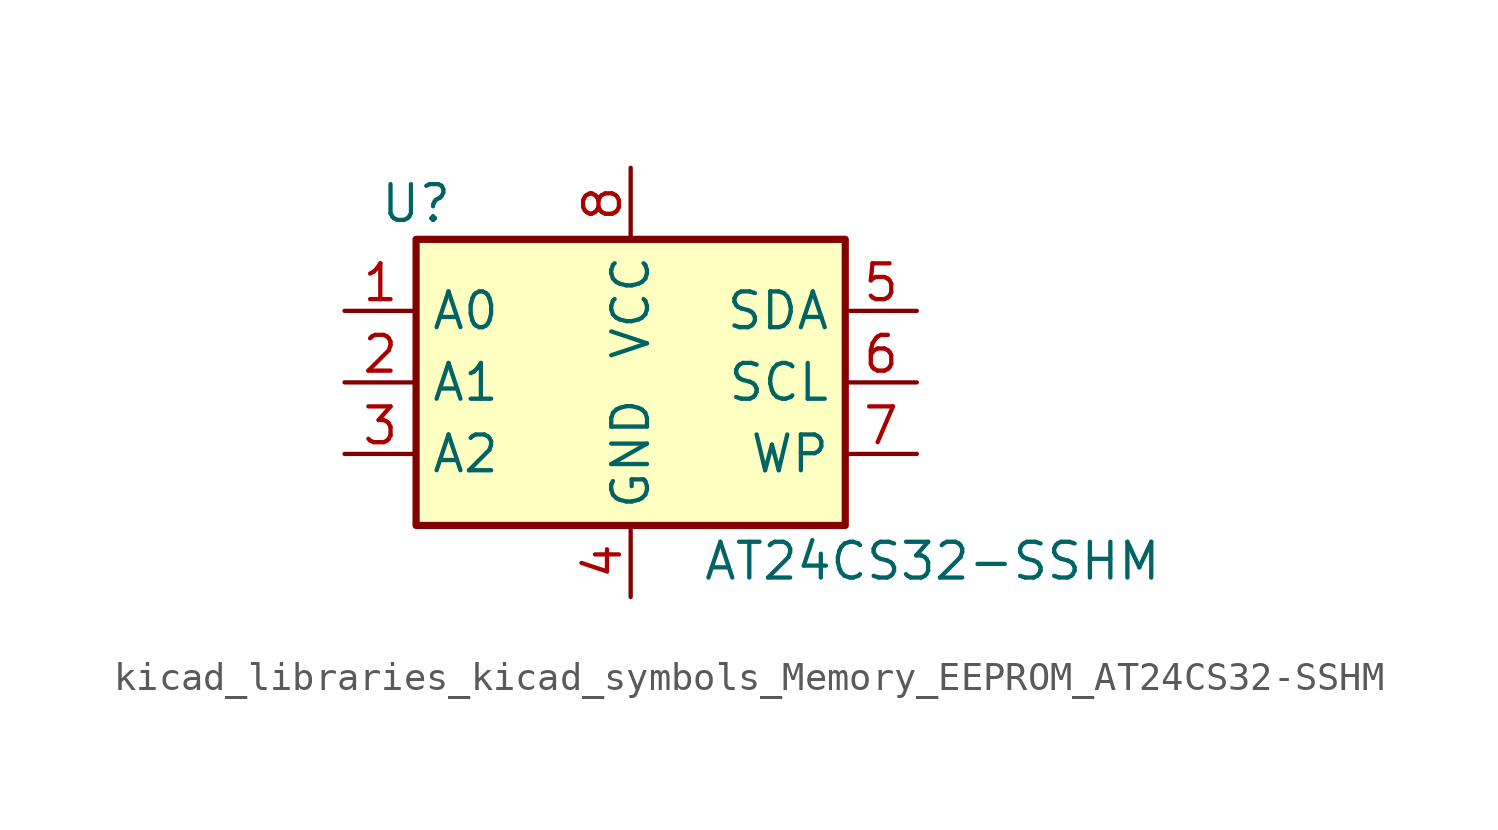
<source format=kicad_sym>
(kicad_symbol_lib
  (version 20220914)
  (generator kicad_symbol_editor)
  (symbol "kicad_libraries_kicad_symbols_Memory_EEPROM_AT24CS32-SSHM"
    (property "Reference" "U"
      (at -7.62 6.35 0)
      (effects (font (size 1.27 1.27))))
    (property "Value" "AT24CS32-SSHM"
      (at 2.54 -6.35 0)
      (effects (font (size 1.27 1.27)) (justify left)))
    (symbol "kicad_libraries_kicad_symbols_Memory_EEPROM_AT24CS32-SSHM_1_1"
      (rectangle (start -7.62 5.08) (end 7.62 -5.08) (stroke (width 0.254) (type default)) (fill (type background)))
      (pin input line (at -10.16 2.54 0) (length 2.54) (name "A0" (effects (font (size 1.27 1.27)))) (number "1" (effects (font (size 1.27 1.27)))))
      (pin input line (at -10.16 0 0) (length 2.54) (name "A1" (effects (font (size 1.27 1.27)))) (number "2" (effects (font (size 1.27 1.27)))))
      (pin input line (at -10.16 -2.54 0) (length 2.54) (name "A2" (effects (font (size 1.27 1.27)))) (number "3" (effects (font (size 1.27 1.27)))))
      (pin power_in line (at 0 -7.62 90) (length 2.54) (name "GND" (effects (font (size 1.27 1.27)))) (number "4" (effects (font (size 1.27 1.27)))))
      (pin bidirectional line (at 10.16 2.54 180) (length 2.54) (name "SDA" (effects (font (size 1.27 1.27)))) (number "5" (effects (font (size 1.27 1.27)))))
      (pin input line (at 10.16 0 180) (length 2.54) (name "SCL" (effects (font (size 1.27 1.27)))) (number "6" (effects (font (size 1.27 1.27)))))
      (pin input line (at 10.16 -2.54 180) (length 2.54) (name "WP" (effects (font (size 1.27 1.27)))) (number "7" (effects (font (size 1.27 1.27)))))
      (pin power_in line (at 0 7.62 270) (length 2.54) (name "VCC" (effects (font (size 1.27 1.27)))) (number "8" (effects (font (size 1.27 1.27))))))))
</source>
